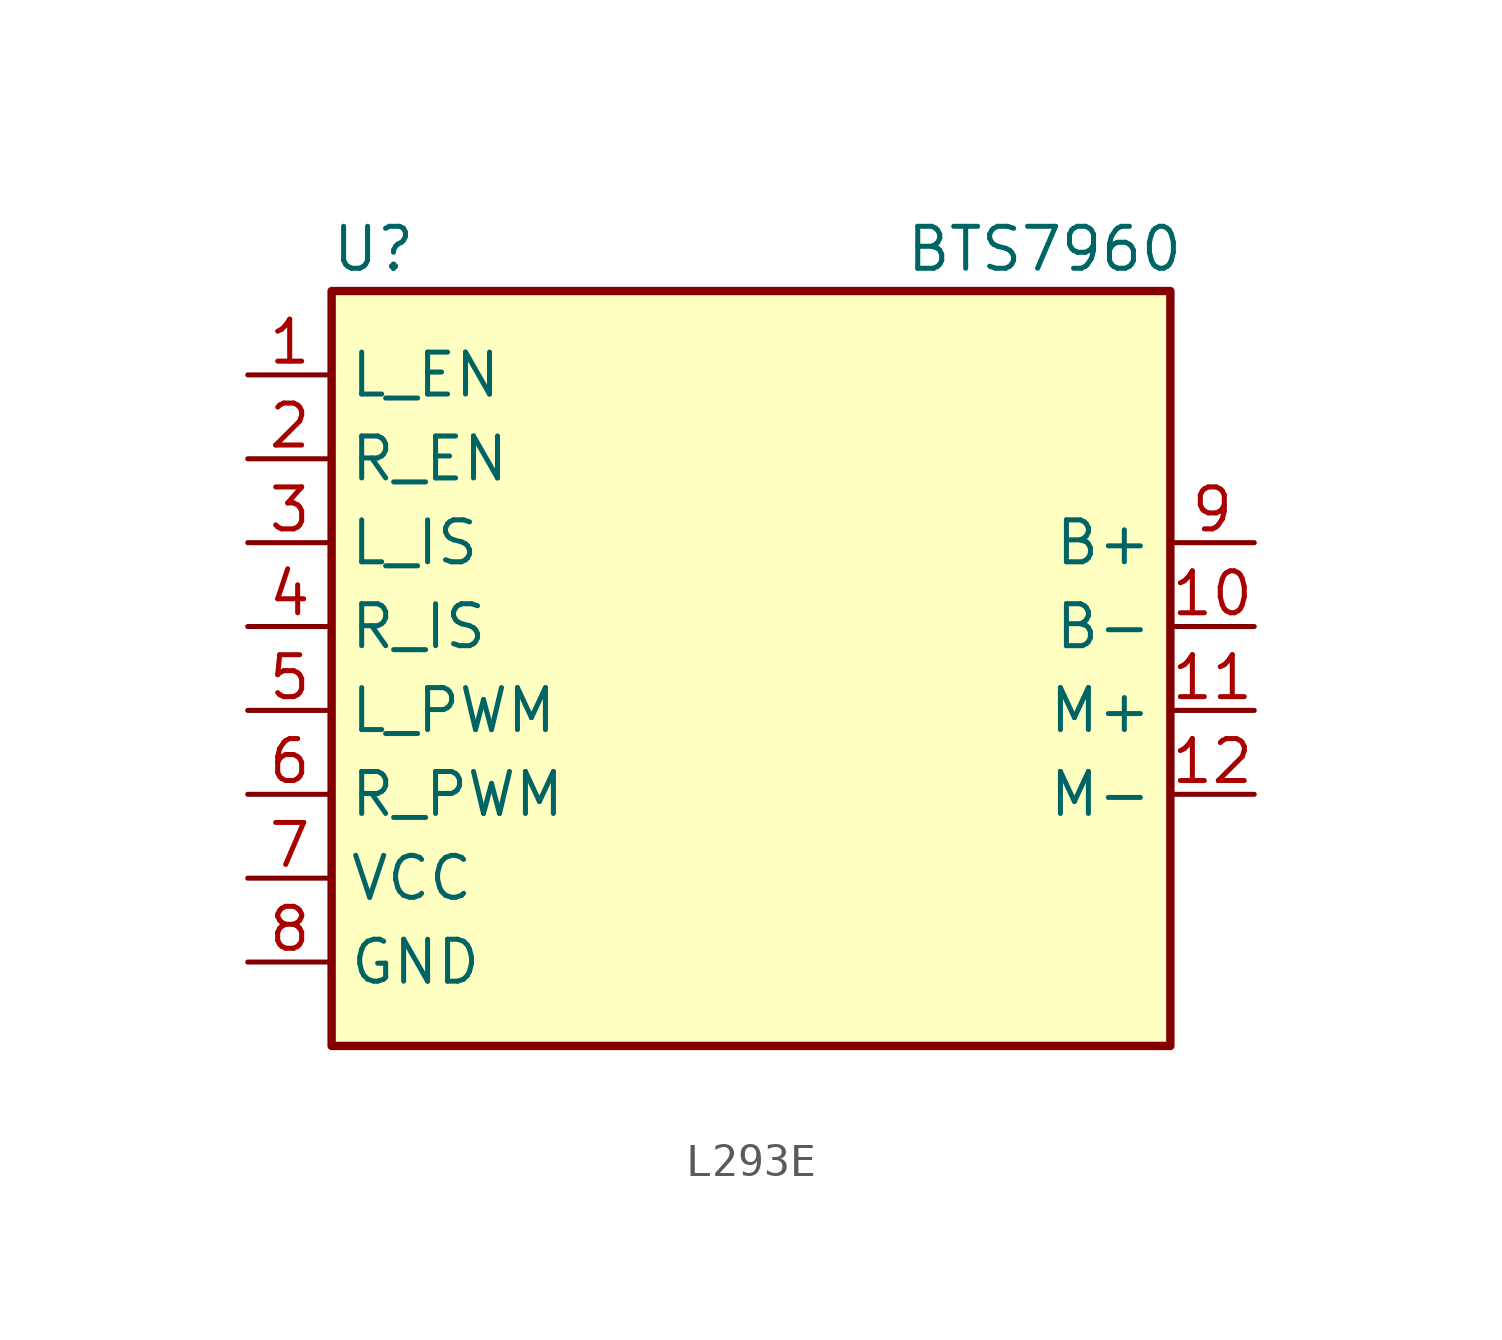
<source format=kicad_sym>
(kicad_symbol_lib
  (version 20220914)
  (generator kicad_symbol_editor)
  (symbol "L293E"
    (property "Reference" "U"
      (at -11.43 11.43 0)
      (effects (font (size 1.27 1.27))))
    (property "Value" "BTS7960"
      (at 8.89 11.43 0)
      (effects (font (size 1.27 1.27))))
    (symbol "L293E_0_1"
      (rectangle (start -12.7 10.16) (end 12.7 -12.7) (stroke (width 0.254) (type default)) (fill (type background))))
    (symbol "L293E_1_1"
      (pin input line (at -15.24 7.62 0) (length 2.54) (name "L_EN" (effects (font (size 1.27 1.27)))) (number "1" (effects (font (size 1.27 1.27)))))
      (pin input line (at 15.24 0 180) (length 2.54) (name "B-" (effects (font (size 1.27 1.27)))) (number "10" (effects (font (size 1.27 1.27)))))
      (pin output line (at 15.24 -2.54 180) (length 2.54) (name "M+" (effects (font (size 1.27 1.27)))) (number "11" (effects (font (size 1.27 1.27)))))
      (pin output line (at 15.24 -5.08 180) (length 2.54) (name "M-" (effects (font (size 1.27 1.27)))) (number "12" (effects (font (size 1.27 1.27)))))
      (pin input line (at -15.24 5.08 0) (length 2.54) (name "R_EN" (effects (font (size 1.27 1.27)))) (number "2" (effects (font (size 1.27 1.27)))))
      (pin output line (at -15.24 2.54 0) (length 2.54) (name "L_IS" (effects (font (size 1.27 1.27)))) (number "3" (effects (font (size 1.27 1.27)))))
      (pin passive line (at -15.24 0 0) (length 2.54) (name "R_IS" (effects (font (size 1.27 1.27)))) (number "4" (effects (font (size 1.27 1.27)))))
      (pin passive line (at -15.24 -2.54 0) (length 2.54) (name "L_PWM" (effects (font (size 1.27 1.27)))) (number "5" (effects (font (size 1.27 1.27)))))
      (pin output line (at -15.24 -5.08 0) (length 2.54) (name "R_PWM" (effects (font (size 1.27 1.27)))) (number "6" (effects (font (size 1.27 1.27)))))
      (pin passive line (at -15.24 -7.62 0) (length 2.54) (name "VCC" (effects (font (size 1.27 1.27)))) (number "7" (effects (font (size 1.27 1.27)))))
      (pin passive line (at -15.24 -10.16 0) (length 2.54) (name "GND" (effects (font (size 1.27 1.27)))) (number "8" (effects (font (size 1.27 1.27)))))
      (pin input line (at 15.24 2.54 180) (length 2.54) (name "B+" (effects (font (size 1.27 1.27)))) (number "9" (effects (font (size 1.27 1.27))))))))
</source>
